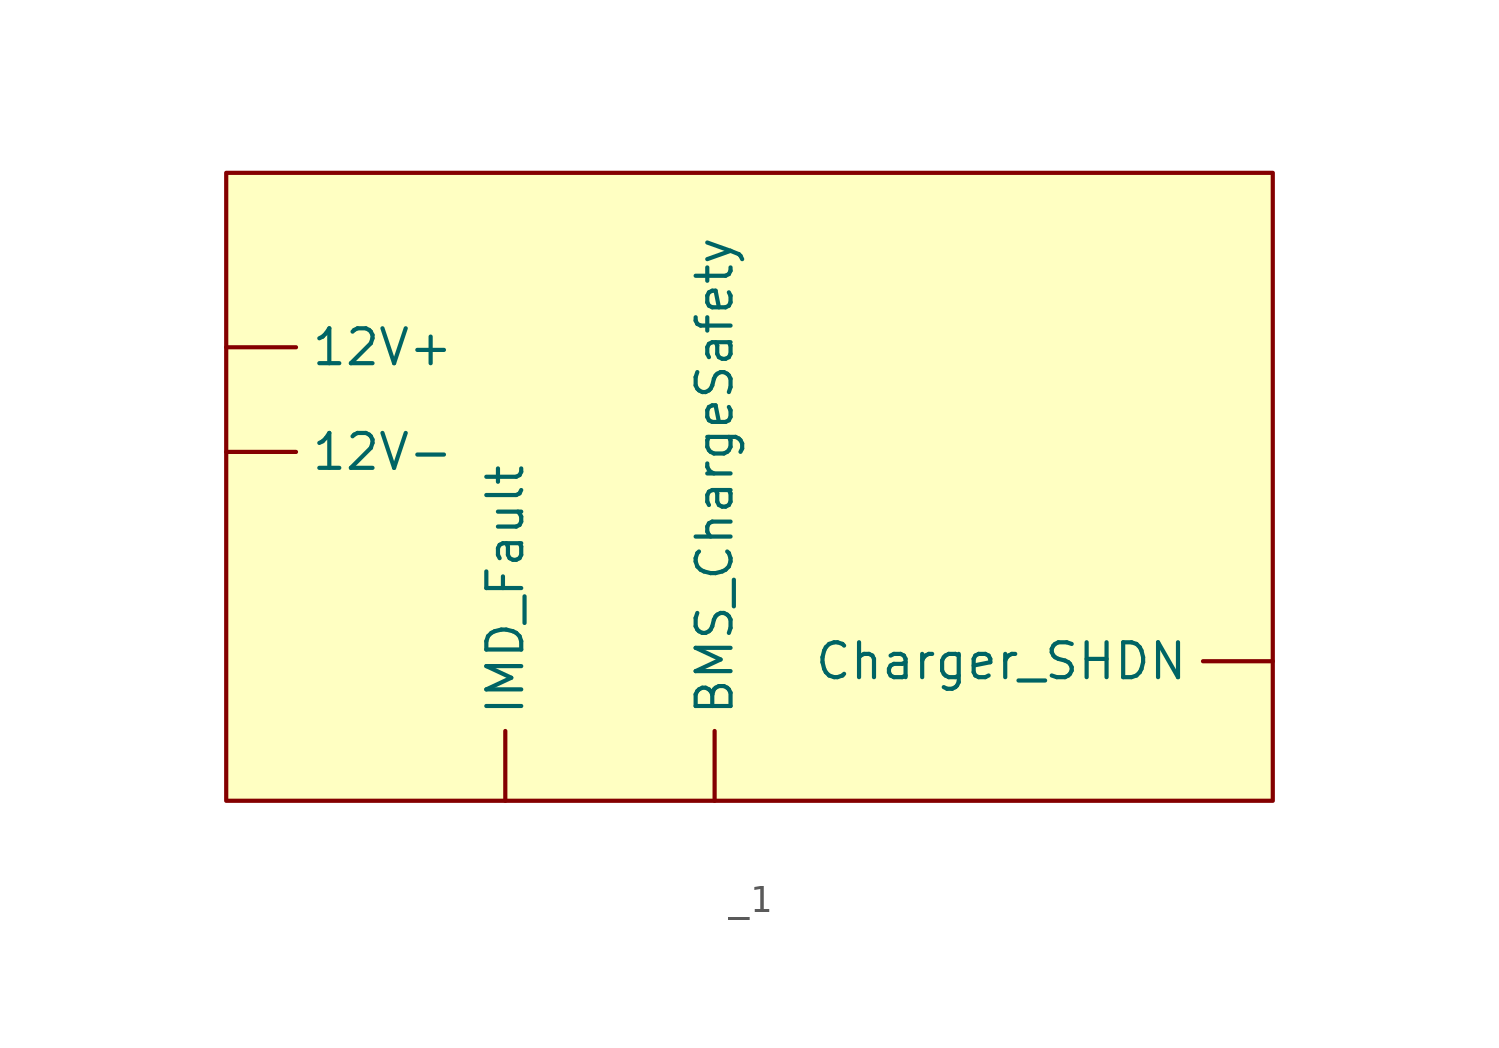
<source format=kicad_sym>
(kicad_symbol_lib
  (version 20241209)
  (generator "kicad_symbol_editor")
  (generator_version "9.0")
  (symbol "_1"
    (property "Reference" "U"
      (at -2.54 -3.81 0)
      (effects (font (size 1.27 1.27)) (hide yes)))
    (property "Value" ""
      (at 0 0 0)
      (effects (font (size 1.27 1.27))))
    (symbol "_1_1_1"
      (text_box "" (at -17.78 10.16 0) (size 38.1 -22.86) (margins 1.016 1.016 1.016 1.016) (stroke (width 0) (type solid)) (fill (type color) (color 255 255 194 1)) (effects (font (size 1.27 1.27)) (justify left top)))
      (pin input line (at -17.78 3.81 0) (length 2.54) (name "12V+" (effects (font (size 1.27 1.27)))) (number "" (effects (font (size 1.27 1.27)))))
      (pin input line (at -17.78 0 0) (length 2.54) (name "12V-" (effects (font (size 1.27 1.27)))) (number "" (effects (font (size 1.27 1.27)))))
      (pin input line (at -7.62 -12.7 90) (length 2.54) (name "IMD_Fault" (effects (font (size 1.27 1.27)))) (number "" (effects (font (size 1.27 1.27)))))
      (pin input line (at 0 -12.7 90) (length 2.54) (name "BMS_ChargeSafety" (effects (font (size 1.27 1.27)))) (number "" (effects (font (size 1.27 1.27)))))
      (pin output line (at 20.32 -7.62 180) (length 2.54) (name "Charger_SHDN" (effects (font (size 1.27 1.27)))) (number "" (effects (font (size 1.27 1.27))))))))
</source>
